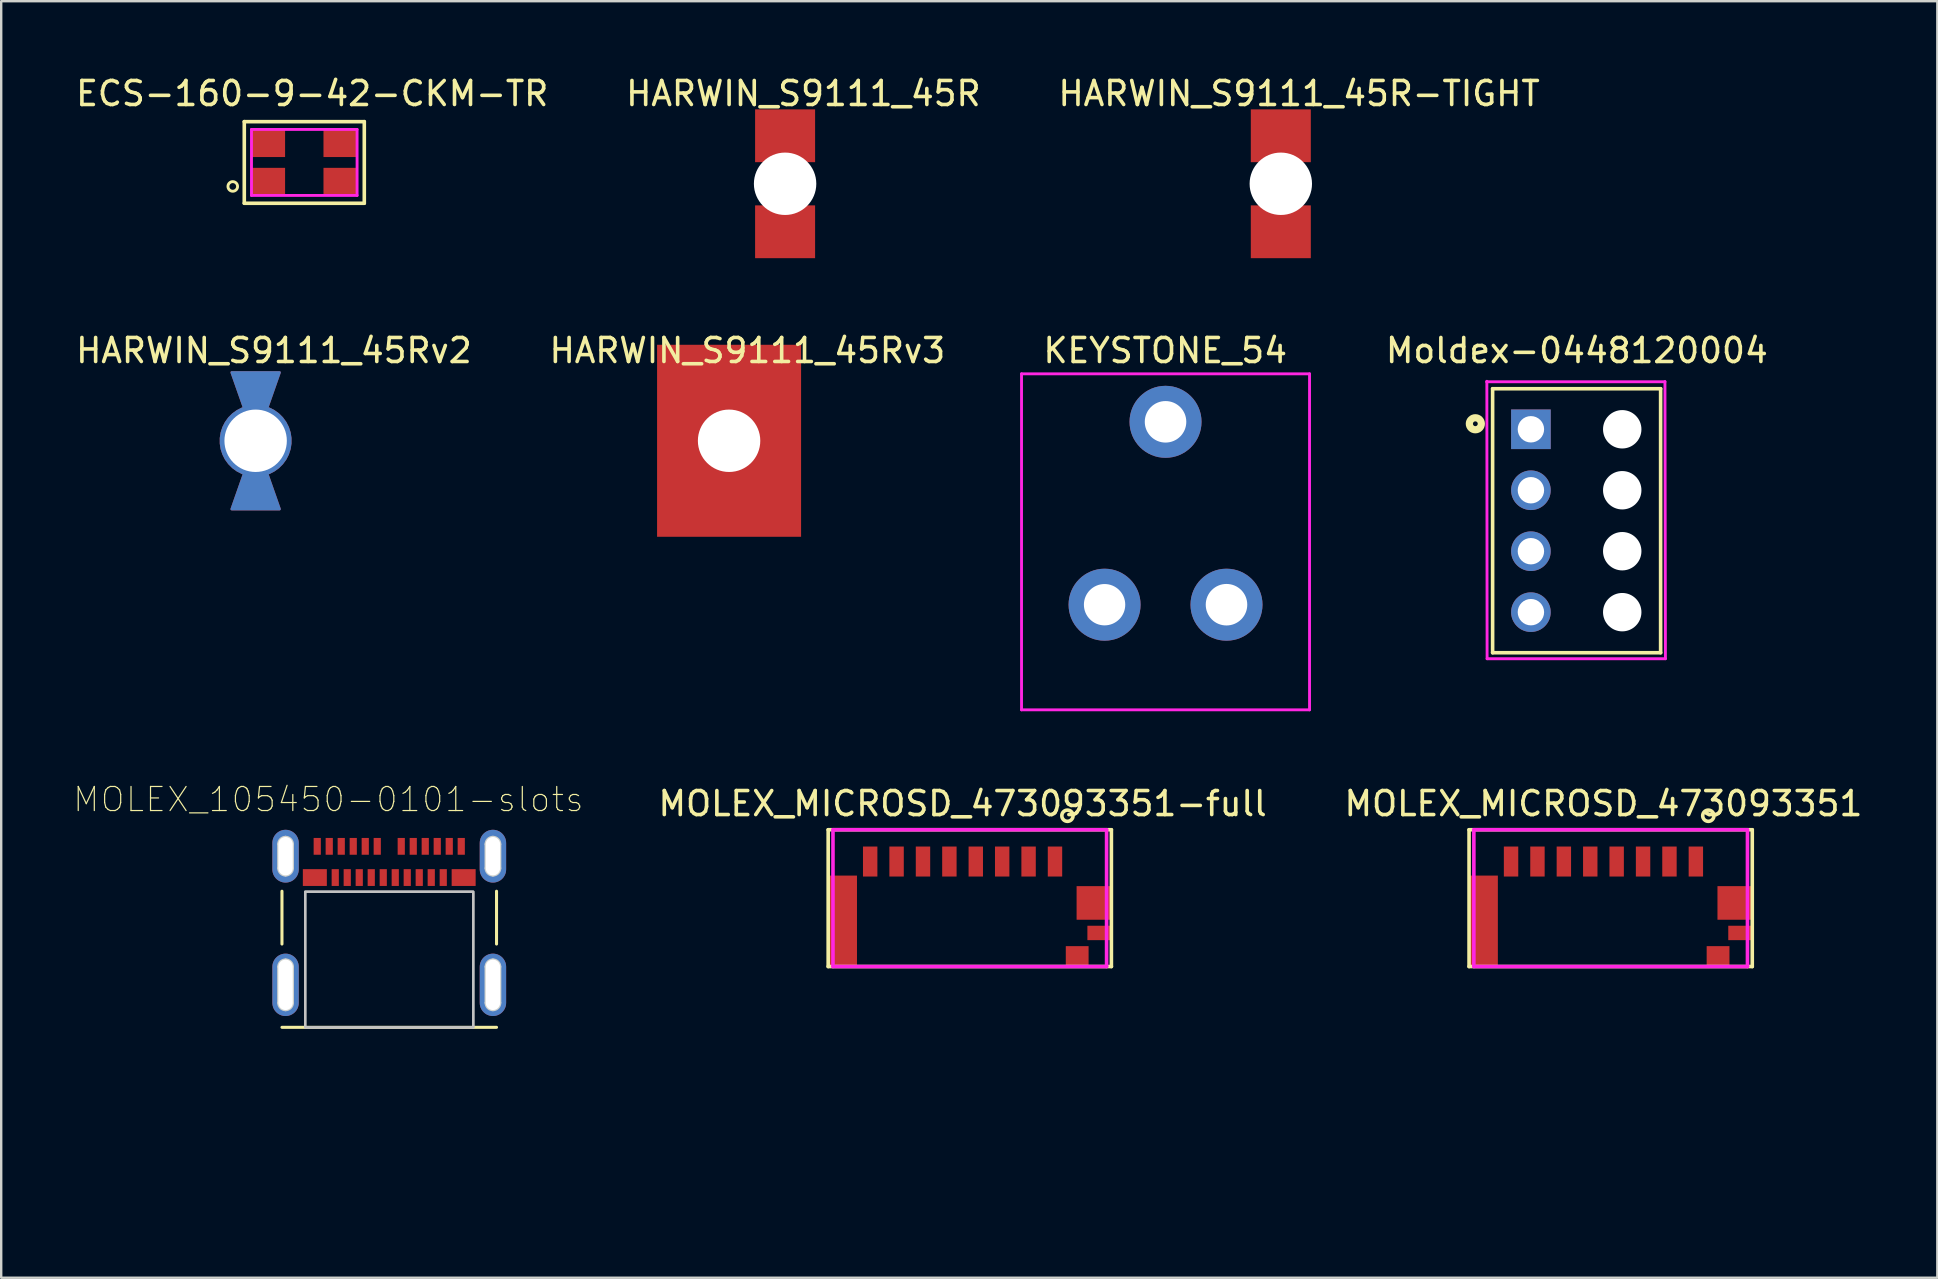
<source format=kicad_pcb>
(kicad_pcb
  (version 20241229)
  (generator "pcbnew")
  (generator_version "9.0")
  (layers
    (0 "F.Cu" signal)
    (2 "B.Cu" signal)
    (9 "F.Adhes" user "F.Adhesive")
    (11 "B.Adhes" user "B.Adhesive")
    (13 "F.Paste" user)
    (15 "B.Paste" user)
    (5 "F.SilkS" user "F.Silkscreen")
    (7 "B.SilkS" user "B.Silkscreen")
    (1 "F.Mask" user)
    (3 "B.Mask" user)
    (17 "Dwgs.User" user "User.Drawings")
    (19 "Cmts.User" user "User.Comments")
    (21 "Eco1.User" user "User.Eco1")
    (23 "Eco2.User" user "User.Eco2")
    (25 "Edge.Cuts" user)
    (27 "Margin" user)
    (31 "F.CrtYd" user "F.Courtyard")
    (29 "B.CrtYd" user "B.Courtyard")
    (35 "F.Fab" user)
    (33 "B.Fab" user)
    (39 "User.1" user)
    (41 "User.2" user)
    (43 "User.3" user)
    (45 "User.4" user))
  (footprint "MOLEX_MICROSD_473093351-full"
    (layer "F.Cu")
    (at 37.056 32.846)
    (property "Reference" "MOLEX_MICROSD_473093351-full" (at 0 -2.413 0) (layer "F.SilkS") (effects (font (size 1 1) (thickness 0.15))))
    (attr through_hole)
    (fp_line (start -5.6 -1.325) (end -5.6 4.375) (stroke (width 0.15) (type solid)) (layer "F.SilkS"))
    (fp_line (start -5.6 -1.325) (end 6.2 -1.325) (stroke (width 0.15) (type solid)) (layer "F.SilkS"))
    (fp_line (start -5.6 4.375) (end 6.2 4.375) (stroke (width 0.15) (type solid)) (layer "F.SilkS"))
    (fp_line (start 6.2 -1.325) (end 6.2 4.375) (stroke (width 0.15) (type solid)) (layer "F.SilkS"))
    (fp_circle (center 4.369 -1.909) (end 4.547 -1.757) (stroke (width 0.15) (type solid)) (fill no) (layer "F.SilkS"))
    (fp_line (start -4.6 -1.035) (end -4.6 14.265) (stroke (width 0.15) (type solid)) (layer "Eco1.User"))
    (fp_line (start -4.6 -1.035) (end 5.1 -1.035) (stroke (width 0.15) (type solid)) (layer "Eco1.User"))
    (fp_line (start -4.6 14.265) (end 6.4 14.265) (stroke (width 0.15) (type solid)) (layer "Eco1.User"))
    (fp_line (start 5.1 -1.035) (end 5.1 2.965) (stroke (width 0.15) (type solid)) (layer "Eco1.User"))
    (fp_line (start 5.1 2.965) (end 6.4 4.965) (stroke (width 0.15) (type solid)) (layer "Eco1.User"))
    (fp_line (start 5.8 6.965) (end 5.8 7.965) (stroke (width 0.15) (type solid)) (layer "Eco1.User"))
    (fp_line (start 5.8 7.965) (end 6.4 8.965) (stroke (width 0.15) (type solid)) (layer "Eco1.User"))
    (fp_line (start 6.4 4.965) (end 6.4 6.965) (stroke (width 0.15) (type solid)) (layer "Eco1.User"))
    (fp_line (start 6.4 6.965) (end 5.8 6.965) (stroke (width 0.15) (type solid)) (layer "Eco1.User"))
    (fp_line (start 6.4 8.965) (end 6.4 14.265) (stroke (width 0.15) (type solid)) (layer "Eco1.User"))
    (fp_line (start -5.4 -1.325) (end -5.4 4.375) (stroke (width 0.15) (type solid)) (layer "F.CrtYd"))
    (fp_line (start -5.4 -1.325) (end 6 -1.325) (stroke (width 0.15) (type solid)) (layer "F.CrtYd"))
    (fp_line (start 6 -1.325) (end 6 4.375) (stroke (width 0.15) (type solid)) (layer "F.CrtYd"))
    (fp_line (start 6 4.375) (end -5.4 4.375) (stroke (width 0.15) (type solid)) (layer "F.CrtYd"))
    (pad "1" smd rect (at 3.85 0) (size 0.6 1.25) (layers "F.Cu" "F.Mask" "F.Paste"))
    (pad "2" smd rect (at 2.75 0) (size 0.6 1.25) (layers "F.Cu" "F.Mask" "F.Paste"))
    (pad "3" smd rect (at 1.65 0) (size 0.6 1.25) (layers "F.Cu" "F.Mask" "F.Paste"))
    (pad "4" smd rect (at 0.55 0) (size 0.6 1.25) (layers "F.Cu" "F.Mask" "F.Paste"))
    (pad "5" smd rect (at -0.55 0) (size 0.6 1.25) (layers "F.Cu" "F.Mask" "F.Paste"))
    (pad "6" smd rect (at -1.65 0) (size 0.6 1.25) (layers "F.Cu" "F.Mask" "F.Paste"))
    (pad "7" smd rect (at -2.75 0) (size 0.6 1.25) (layers "F.Cu" "F.Mask" "F.Paste"))
    (pad "8" smd rect (at -3.85 0) (size 0.6 1.25) (layers "F.Cu" "F.Mask" "F.Paste"))
    (pad "9" smd rect (at -5 2.48) (size 1.2 3.79) (layers "F.Cu" "F.Mask" "F.Paste"))
    (pad "10" smd rect (at 5.475 1.725) (size 1.45 1.4) (layers "F.Cu" "F.Mask" "F.Paste"))
    (pad "11" smd rect (at 5.7 2.975) (size 1 0.6) (layers "F.Cu" "F.Mask" "F.Paste"))
    (pad "12" smd rect (at 4.775 3.95) (size 0.95 0.85) (layers "F.Cu" "F.Mask" "F.Paste")))
  (footprint "HARWIN_S9111_45R"
    (layer "F.Cu")
    (at 29.661 4.607)
    (property "Reference" "HARWIN_S9111_45R" (at 0.762 -3.759 0) (layer "F.SilkS") (effects (font (size 1 1) (thickness 0.15))))
    (attr through_hole)
    (pad "" np_thru_hole circle (at 0 0) (size 2.6 2.6) (drill 2.6) (layers "*.Cu" "*.Mask"))
    (pad "1" smd rect (at 0 -2) (size 2.5 2.2) (layers "F.Cu" "F.Mask" "F.Paste"))
    (pad "1" smd rect (at 0 2) (size 2.5 2.2) (layers "F.Cu" "F.Mask" "F.Paste")))
  (footprint "HARWIN_S9111_45Rv2"
    (layer "F.Cu")
    (at 7.601 15.315)
    (property "Reference" "HARWIN_S9111_45Rv2" (at 0.762 -3.759 0) (layer "F.SilkS") (effects (font (size 1 1) (thickness 0.15))))
    (attr through_hole)
    (pad "1" thru_hole custom (at 0 0) (size 3 3) (drill 2.6) (layers "*.Cu" "*.Paste" "*.Mask") (options (anchor circle)) (primitives (gr_poly (pts (xy -1 -2.85) (xy 1 -2.85) (xy 0.5 -1.425) (xy -0.5 -1.425)) (width 0.1) (fill yes)) (gr_poly (pts (xy -1 2.85) (xy 1 2.85) (xy 0.5 1.425) (xy -0.5 1.425)) (width 0.1) (fill yes)))))
  (footprint "KEYSTONE_54"
    (layer "F.Cu")
    (at 45.512 14.525)
    (property "Reference" "KEYSTONE_54" (at -0.013 -2.969 0) (layer "F.SilkS") (effects (font (size 1 1) (thickness 0.15))))
    (attr through_hole)
    (fp_line (start -6 -2) (end -6 12) (stroke (width 0.12) (type solid)) (layer "F.CrtYd"))
    (fp_line (start -6 -2) (end 6 -2) (stroke (width 0.12) (type solid)) (layer "F.CrtYd"))
    (fp_line (start -6 12) (end 6 12) (stroke (width 0.12) (type solid)) (layer "F.CrtYd"))
    (fp_line (start 6 -2) (end 6 12) (stroke (width 0.12) (type solid)) (layer "F.CrtYd"))
    (pad "1" thru_hole circle (at -2.54 7.62) (size 3 3) (drill 1.723) (layers "*.Cu" "*.Mask"))
    (pad "1" thru_hole circle (at 0 0) (size 3 3) (drill 1.73) (layers "*.Cu" "*.Mask"))
    (pad "1" thru_hole circle (at 2.54 7.62) (size 3 3) (drill 1.73) (layers "*.Cu" "*.Mask")))
  (footprint "HARWIN_S9111_45R-TIGHT"
    (layer "F.Cu")
    (at 50.315 4.607)
    (property "Reference" "HARWIN_S9111_45R-TIGHT" (at 0.762 -3.759 0) (layer "F.SilkS") (effects (font (size 1 1) (thickness 0.15))))
    (attr through_hole)
    (pad "" np_thru_hole circle (at 0 0) (size 2.6 2.6) (drill 2.6) (layers "*.Cu" "*.Mask"))
    (pad "1" smd rect (at 0 -2) (size 2.5 2.2) (layers "F.Cu" "F.Mask" "F.Paste"))
    (pad "1" smd rect (at 0 2) (size 2.5 2.2) (layers "F.Cu" "F.Mask" "F.Paste")))
  (footprint "HARWIN_S9111_45Rv3"
    (layer "F.Cu")
    (at 27.327 15.315)
    (property "Reference" "HARWIN_S9111_45Rv3" (at 0.762 -3.759 0) (layer "F.SilkS") (effects (font (size 1 1) (thickness 0.15))))
    (attr through_hole)
    (fp_poly (pts (xy 0 0) (xy -1 -2.85) (xy 1 -2.85)) (stroke (width 0.1) (type solid)) (fill yes) (layer "F.Mask"))
    (fp_poly (pts (xy 0 0) (xy 1 2.85) (xy -1 2.85)) (stroke (width 0.1) (type solid)) (fill yes) (layer "F.Mask"))
    (pad "" np_thru_hole rect (at 0 0) (size 6 8) (drill 2.6) (layers "F.Cu")))
  (footprint "ECS-160-9-42-CKM-TR"
    (layer "F.Cu")
    (at 9.628 3.718)
    (property "Reference" "ECS-160-9-42-CKM-TR" (at 0.33 -2.87 0) (layer "F.SilkS") (effects (font (size 1 1) (thickness 0.15))))
    (attr through_hole)
    (fp_line (start -2.5 -1.7) (end 2.5 -1.7) (stroke (width 0.15) (type solid)) (layer "F.SilkS"))
    (fp_line (start -2.5 1.7) (end -2.5 -1.7) (stroke (width 0.15) (type solid)) (layer "F.SilkS"))
    (fp_line (start 2.5 -1.7) (end 2.5 1.7) (stroke (width 0.15) (type solid)) (layer "F.SilkS"))
    (fp_line (start 2.5 1.7) (end -2.5 1.7) (stroke (width 0.15) (type solid)) (layer "F.SilkS"))
    (fp_circle (center -2.98 1) (end -2.78 1) (stroke (width 0.12) (type solid)) (fill no) (layer "F.SilkS"))
    (fp_line (start -2.2 -1.375) (end -2.2 1.375) (stroke (width 0.12) (type solid)) (layer "F.CrtYd"))
    (fp_line (start -2.2 -1.375) (end 2.2 -1.375) (stroke (width 0.12) (type solid)) (layer "F.CrtYd"))
    (fp_line (start -2.2 1.375) (end 2.2 1.375) (stroke (width 0.12) (type solid)) (layer "F.CrtYd"))
    (fp_line (start 2.2 1.375) (end 2.2 -1.375) (stroke (width 0.12) (type solid)) (layer "F.CrtYd"))
    (pad "1" smd rect (at -1.5 0.8) (size 1.4 1.15) (layers "F.Cu" "F.Mask" "F.Paste"))
    (pad "2" smd rect (at 1.5 0.8) (size 1.4 1.15) (layers "F.Cu" "F.Mask" "F.Paste"))
    (pad "3" smd rect (at 1.5 -0.8) (size 1.4 1.15) (layers "F.Cu" "F.Mask" "F.Paste"))
    (pad "4" smd rect (at -1.5 -0.8) (size 1.4 1.15) (layers "F.Cu" "F.Mask" "F.Paste")))
  (footprint "MOLEX_MICROSD_473093351"
    (layer "F.Cu")
    (at 63.758 32.846)
    (property "Reference" "MOLEX_MICROSD_473093351" (at 0 -2.413 0) (layer "F.SilkS") (effects (font (size 1 1) (thickness 0.15))))
    (attr through_hole)
    (fp_line (start -5.6 -1.325) (end -5.6 4.375) (stroke (width 0.15) (type solid)) (layer "F.SilkS"))
    (fp_line (start -5.6 -1.325) (end 6.2 -1.325) (stroke (width 0.15) (type solid)) (layer "F.SilkS"))
    (fp_line (start -5.6 4.375) (end 6.2 4.375) (stroke (width 0.15) (type solid)) (layer "F.SilkS"))
    (fp_line (start 6.2 -1.325) (end 6.2 4.375) (stroke (width 0.15) (type solid)) (layer "F.SilkS"))
    (fp_circle (center 4.369 -1.909) (end 4.547 -1.757) (stroke (width 0.15) (type solid)) (fill no) (layer "F.SilkS"))
    (fp_line (start -5.4 -1.325) (end -5.4 4.375) (stroke (width 0.15) (type solid)) (layer "F.CrtYd"))
    (fp_line (start -5.4 -1.325) (end 6 -1.325) (stroke (width 0.15) (type solid)) (layer "F.CrtYd"))
    (fp_line (start 6 -1.325) (end 6 4.375) (stroke (width 0.15) (type solid)) (layer "F.CrtYd"))
    (fp_line (start 6 4.375) (end -5.4 4.375) (stroke (width 0.15) (type solid)) (layer "F.CrtYd"))
    (pad "1" smd rect (at 3.85 0) (size 0.6 1.25) (layers "F.Cu" "F.Mask" "F.Paste"))
    (pad "2" smd rect (at 2.75 0) (size 0.6 1.25) (layers "F.Cu" "F.Mask" "F.Paste"))
    (pad "3" smd rect (at 1.65 0) (size 0.6 1.25) (layers "F.Cu" "F.Mask" "F.Paste"))
    (pad "4" smd rect (at 0.55 0) (size 0.6 1.25) (layers "F.Cu" "F.Mask" "F.Paste"))
    (pad "5" smd rect (at -0.55 0) (size 0.6 1.25) (layers "F.Cu" "F.Mask" "F.Paste"))
    (pad "6" smd rect (at -1.65 0) (size 0.6 1.25) (layers "F.Cu" "F.Mask" "F.Paste"))
    (pad "7" smd rect (at -2.75 0) (size 0.6 1.25) (layers "F.Cu" "F.Mask" "F.Paste"))
    (pad "8" smd rect (at -3.85 0) (size 0.6 1.25) (layers "F.Cu" "F.Mask" "F.Paste"))
    (pad "9" smd rect (at -5 2.48) (size 1.2 3.79) (layers "F.Cu" "F.Mask" "F.Paste"))
    (pad "10" smd rect (at 5.475 1.725) (size 1.45 1.4) (layers "F.Cu" "F.Mask" "F.Paste"))
    (pad "11" smd rect (at 5.7 2.975) (size 1 0.6) (layers "F.Cu" "F.Mask" "F.Paste"))
    (pad "12" smd rect (at 4.775 3.95) (size 0.95 0.85) (layers "F.Cu" "F.Mask" "F.Paste")))
  (footprint "Moldex-0448120004"
    (layer "F.Cu")
    (at 62.64 18.646)
    (property "Reference" "Moldex-0448120004" (at 0.01 -7.09 0) (layer "F.SilkS") (effects (font (size 1 1) (thickness 0.15))))
    (attr through_hole)
    (fp_line (start -3.5 -5.5) (end 3.5 -5.5) (stroke (width 0.15) (type solid)) (layer "F.SilkS"))
    (fp_line (start -3.5 5.5) (end -3.5 -5.5) (stroke (width 0.15) (type solid)) (layer "F.SilkS"))
    (fp_line (start 3.5 -5.5) (end 3.5 5.5) (stroke (width 0.15) (type solid)) (layer "F.SilkS"))
    (fp_line (start 3.5 5.5) (end -3.5 5.5) (stroke (width 0.15) (type solid)) (layer "F.SilkS"))
    (fp_circle (center -4.22 -4.04) (end -4.12 -4.04) (stroke (width 0.3) (type solid)) (fill no) (layer "F.SilkS"))
    (fp_line (start -3.74 -5.81) (end -3.73 5.75) (stroke (width 0.12) (type solid)) (layer "F.CrtYd"))
    (fp_line (start -3.73 5.75) (end 3.7 5.75) (stroke (width 0.12) (type solid)) (layer "F.CrtYd"))
    (fp_line (start 3.68 -5.79) (end -3.75 -5.79) (stroke (width 0.12) (type solid)) (layer "F.CrtYd"))
    (fp_line (start 3.7 5.75) (end 3.68 -5.8) (stroke (width 0.12) (type solid)) (layer "F.CrtYd"))
    (pad "" np_thru_hole circle (at 1.9 -3.81) (size 1.6 1.6) (drill 1.6) (layers "*.Cu" "*.Mask"))
    (pad "" np_thru_hole circle (at 1.9 -1.27) (size 1.6 1.6) (drill 1.6) (layers "*.Cu" "*.Mask"))
    (pad "" np_thru_hole circle (at 1.9 1.27) (size 1.6 1.6) (drill 1.6) (layers "*.Cu" "*.Mask"))
    (pad "" np_thru_hole circle (at 1.9 3.81) (size 1.6 1.6) (drill 1.6) (layers "*.Cu" "*.Mask"))
    (pad "1" thru_hole rect (at -1.905 -3.81) (size 1.65 1.65) (drill 1.1) (layers "*.Cu" "*.Mask"))
    (pad "2" thru_hole circle (at -1.905 -1.27) (size 1.65 1.65) (drill 1.1) (layers "*.Cu" "*.Mask"))
    (pad "3" thru_hole circle (at -1.905 1.27) (size 1.65 1.65) (drill 1.1) (layers "*.Cu" "*.Mask"))
    (pad "4" thru_hole circle (at -1.905 3.81) (size 1.65 1.65) (drill 1.1) (layers "*.Cu" "*.Mask")))
  (footprint "MOLEX_105450-0101-slots"
    (layer "F.Cu")
    (at 13.168 35.983)
    (property "Reference" "MOLEX_105450-0101-slots" (at -2.536 -5.723 0) (layer "F.SilkS") (effects (font (size 1.004 1.004) (thickness 0.05))))
    (attr smd)
    (fp_line (start -4.47 0.3) (end -4.47 -1.9) (stroke (width 0.127) (type solid)) (layer "F.SilkS"))
    (fp_line (start -4.47 3.77) (end 4.47 3.77) (stroke (width 0.127) (type solid)) (layer "F.SilkS"))
    (fp_line (start 4.47 0.3) (end 4.47 -1.9) (stroke (width 0.127) (type solid)) (layer "F.SilkS"))
    (fp_poly (pts (xy -3.502 -1.88) (xy 3.5 -1.88) (xy 3.5 3.773) (xy -3.502 3.773)) (stroke (width 0.1) (type solid)) (fill no) (layer "Dwgs.User"))
    (fp_poly (pts (xy -3.501 -1.88) (xy 3.5 -1.88) (xy 3.5 3.771) (xy -3.501 3.771)) (stroke (width 0.1) (type solid)) (fill no) (layer "Dwgs.User"))
    (fp_line (start -5.22 -4.71) (end 5.22 -4.71) (stroke (width 0.05) (type solid)) (layer "Eco1.User"))
    (fp_line (start -5.22 4.2) (end -5.22 -4.71) (stroke (width 0.05) (type solid)) (layer "Eco1.User"))
    (fp_line (start 5.22 -4.71) (end 5.22 4.2) (stroke (width 0.05) (type solid)) (layer "Eco1.User"))
    (fp_line (start 5.22 4.2) (end -5.22 4.2) (stroke (width 0.05) (type solid)) (layer "Eco1.User"))
    (fp_line (start -4.47 -3.95) (end -4.47 3.95) (stroke (width 0.127) (type solid)) (layer "Eco2.User"))
    (fp_line (start -4.47 3.95) (end 4.47 3.95) (stroke (width 0.127) (type solid)) (layer "Eco2.User"))
    (fp_line (start 4.47 -3.95) (end -4.47 -3.95) (stroke (width 0.127) (type solid)) (layer "Eco2.User"))
    (fp_line (start 4.47 3.95) (end 4.47 -3.95) (stroke (width 0.127) (type solid)) (layer "Eco2.User"))
    (fp_line (start -4.62 -2.86) (end -4.62 -3.86) (stroke (width 0.1) (type solid)) (layer "Edge.Cuts"))
    (fp_line (start -4.62 2.75) (end -4.62 1.25) (stroke (width 0.1) (type solid)) (layer "Edge.Cuts"))
    (fp_line (start -4.02 -3.86) (end -4.02 -2.86) (stroke (width 0.1) (type solid)) (layer "Edge.Cuts"))
    (fp_line (start -4.02 1.25) (end -4.02 2.75) (stroke (width 0.1) (type solid)) (layer "Edge.Cuts"))
    (fp_line (start 4.02 -2.86) (end 4.02 -3.86) (stroke (width 0.1) (type solid)) (layer "Edge.Cuts"))
    (fp_line (start 4.02 2.75) (end 4.02 1.25) (stroke (width 0.1) (type solid)) (layer "Edge.Cuts"))
    (fp_line (start 4.62 -3.86) (end 4.62 -2.86) (stroke (width 0.1) (type solid)) (layer "Edge.Cuts"))
    (fp_line (start 4.62 1.25) (end 4.62 2.75) (stroke (width 0.1) (type solid)) (layer "Edge.Cuts"))
    (fp_arc (start -4.62 -3.86) (mid -4.532132 -4.072132) (end -4.32 -4.16) (stroke (width 0.1) (type solid)) (layer "Edge.Cuts"))
    (fp_arc (start -4.62 1.25) (mid -4.532132 1.037868) (end -4.32 0.95) (stroke (width 0.1) (type solid)) (layer "Edge.Cuts"))
    (fp_arc (start -4.32 -4.16) (mid -4.107868 -4.072132) (end -4.02 -3.86) (stroke (width 0.1) (type solid)) (layer "Edge.Cuts"))
    (fp_arc (start -4.32 -2.56) (mid -4.532132 -2.647868) (end -4.62 -2.86) (stroke (width 0.1) (type solid)) (layer "Edge.Cuts"))
    (fp_arc (start -4.32 0.95) (mid -4.107868 1.037868) (end -4.02 1.25) (stroke (width 0.1) (type solid)) (layer "Edge.Cuts"))
    (fp_arc (start -4.32 3.05) (mid -4.532132 2.962132) (end -4.62 2.75) (stroke (width 0.1) (type solid)) (layer "Edge.Cuts"))
    (fp_arc (start -4.02 -2.86) (mid -4.107868 -2.647868) (end -4.32 -2.56) (stroke (width 0.1) (type solid)) (layer "Edge.Cuts"))
    (fp_arc (start -4.02 2.75) (mid -4.107868 2.962132) (end -4.32 3.05) (stroke (width 0.1) (type solid)) (layer "Edge.Cuts"))
    (fp_arc (start 4.02 -3.86) (mid 4.107868 -4.072132) (end 4.32 -4.16) (stroke (width 0.1) (type solid)) (layer "Edge.Cuts"))
    (fp_arc (start 4.02 1.25) (mid 4.107868 1.037868) (end 4.32 0.95) (stroke (width 0.1) (type solid)) (layer "Edge.Cuts"))
    (fp_arc (start 4.32 -4.16) (mid 4.532132 -4.072132) (end 4.62 -3.86) (stroke (width 0.1) (type solid)) (layer "Edge.Cuts"))
    (fp_arc (start 4.32 -2.56) (mid 4.107868 -2.647868) (end 4.02 -2.86) (stroke (width 0.1) (type solid)) (layer "Edge.Cuts"))
    (fp_arc (start 4.32 0.95) (mid 4.532132 1.037868) (end 4.62 1.25) (stroke (width 0.1) (type solid)) (layer "Edge.Cuts"))
    (fp_arc (start 4.32 3.05) (mid 4.107868 2.962132) (end 4.02 2.75) (stroke (width 0.1) (type solid)) (layer "Edge.Cuts"))
    (fp_arc (start 4.62 -2.86) (mid 4.532132 -2.647868) (end 4.32 -2.56) (stroke (width 0.1) (type solid)) (layer "Edge.Cuts"))
    (fp_arc (start 4.62 2.75) (mid 4.532132 2.962132) (end 4.32 3.05) (stroke (width 0.1) (type solid)) (layer "Edge.Cuts"))
    (pad "A1" smd rect (at -3 -3.77) (size 0.3 0.7) (layers "F.Cu" "F.Mask" "F.Paste"))
    (pad "A2" smd rect (at -2.5 -3.77) (size 0.3 0.7) (layers "F.Cu" "F.Mask" "F.Paste"))
    (pad "A3" smd rect (at -2 -3.77) (size 0.3 0.7) (layers "F.Cu" "F.Mask" "F.Paste"))
    (pad "A4" smd rect (at -1.5 -3.77) (size 0.3 0.7) (layers "F.Cu" "F.Mask" "F.Paste"))
    (pad "A5" smd rect (at -1 -3.77) (size 0.3 0.7) (layers "F.Cu" "F.Mask" "F.Paste"))
    (pad "A6" smd rect (at -0.5 -3.77) (size 0.3 0.7) (layers "F.Cu" "F.Mask" "F.Paste"))
    (pad "A7" smd rect (at 0.5 -3.77) (size 0.3 0.7) (layers "F.Cu" "F.Mask" "F.Paste"))
    (pad "A8" smd rect (at 1 -3.77) (size 0.3 0.7) (layers "F.Cu" "F.Mask" "F.Paste"))
    (pad "A9" smd rect (at 1.5 -3.77) (size 0.3 0.7) (layers "F.Cu" "F.Mask" "F.Paste"))
    (pad "A10" smd rect (at 2 -3.77) (size 0.3 0.7) (layers "F.Cu" "F.Mask" "F.Paste"))
    (pad "A11" smd rect (at 2.5 -3.77) (size 0.3 0.7) (layers "F.Cu" "F.Mask" "F.Paste"))
    (pad "A12" smd rect (at 3 -3.77) (size 0.3 0.7) (layers "F.Cu" "F.Mask" "F.Paste"))
    (pad "B1" smd rect (at 3.1 -2.47) (size 1 0.7) (layers "F.Cu" "F.Mask" "F.Paste"))
    (pad "B2" smd rect (at 2.25 -2.47) (size 0.3 0.7) (layers "F.Cu" "F.Mask" "F.Paste"))
    (pad "B3" smd rect (at 1.75 -2.47) (size 0.3 0.7) (layers "F.Cu" "F.Mask" "F.Paste"))
    (pad "B4" smd rect (at 1.25 -2.47) (size 0.3 0.7) (layers "F.Cu" "F.Mask" "F.Paste"))
    (pad "B5" smd rect (at 0.75 -2.47) (size 0.3 0.7) (layers "F.Cu" "F.Mask" "F.Paste"))
    (pad "B6" smd rect (at 0.25 -2.47) (size 0.3 0.7) (layers "F.Cu" "F.Mask" "F.Paste"))
    (pad "B7" smd rect (at -0.25 -2.47) (size 0.3 0.7) (layers "F.Cu" "F.Mask" "F.Paste"))
    (pad "B8" smd rect (at -0.75 -2.47) (size 0.3 0.7) (layers "F.Cu" "F.Mask" "F.Paste"))
    (pad "B9" smd rect (at -1.25 -2.47) (size 0.3 0.7) (layers "F.Cu" "F.Mask" "F.Paste"))
    (pad "B10" smd rect (at -1.75 -2.47) (size 0.3 0.7) (layers "F.Cu" "F.Mask" "F.Paste"))
    (pad "B11" smd rect (at -2.25 -2.47) (size 0.3 0.7) (layers "F.Cu" "F.Mask" "F.Paste"))
    (pad "B12" smd rect (at -3.1 -2.47) (size 1 0.7) (layers "F.Cu" "F.Mask" "F.Paste"))
    (pad "S1" thru_hole oval (at -4.32 -3.36 90) (size 2.2 1.1) (drill oval 1.6 0.6) (layers "*.Cu" "*.Mask"))
    (pad "S2" thru_hole oval (at 4.32 -3.36 90) (size 2.2 1.1) (drill oval 1.6 0.6) (layers "*.Cu" "*.Mask"))
    (pad "S3" thru_hole oval (at -4.32 2 90) (size 2.6 1.1) (drill oval 2.1 0.6) (layers "*.Cu" "*.Mask"))
    (pad "S4" thru_hole oval (at 4.32 2 90) (size 2.6 1.1) (drill oval 2.1 0.6) (layers "*.Cu" "*.Mask")))
  (gr_rect
    (start -3 -3)
    (end 77.669 50.186)
    (stroke (width 0.1) (type default))
    (fill no)
    (layer "Edge.Cuts")))
</source>
